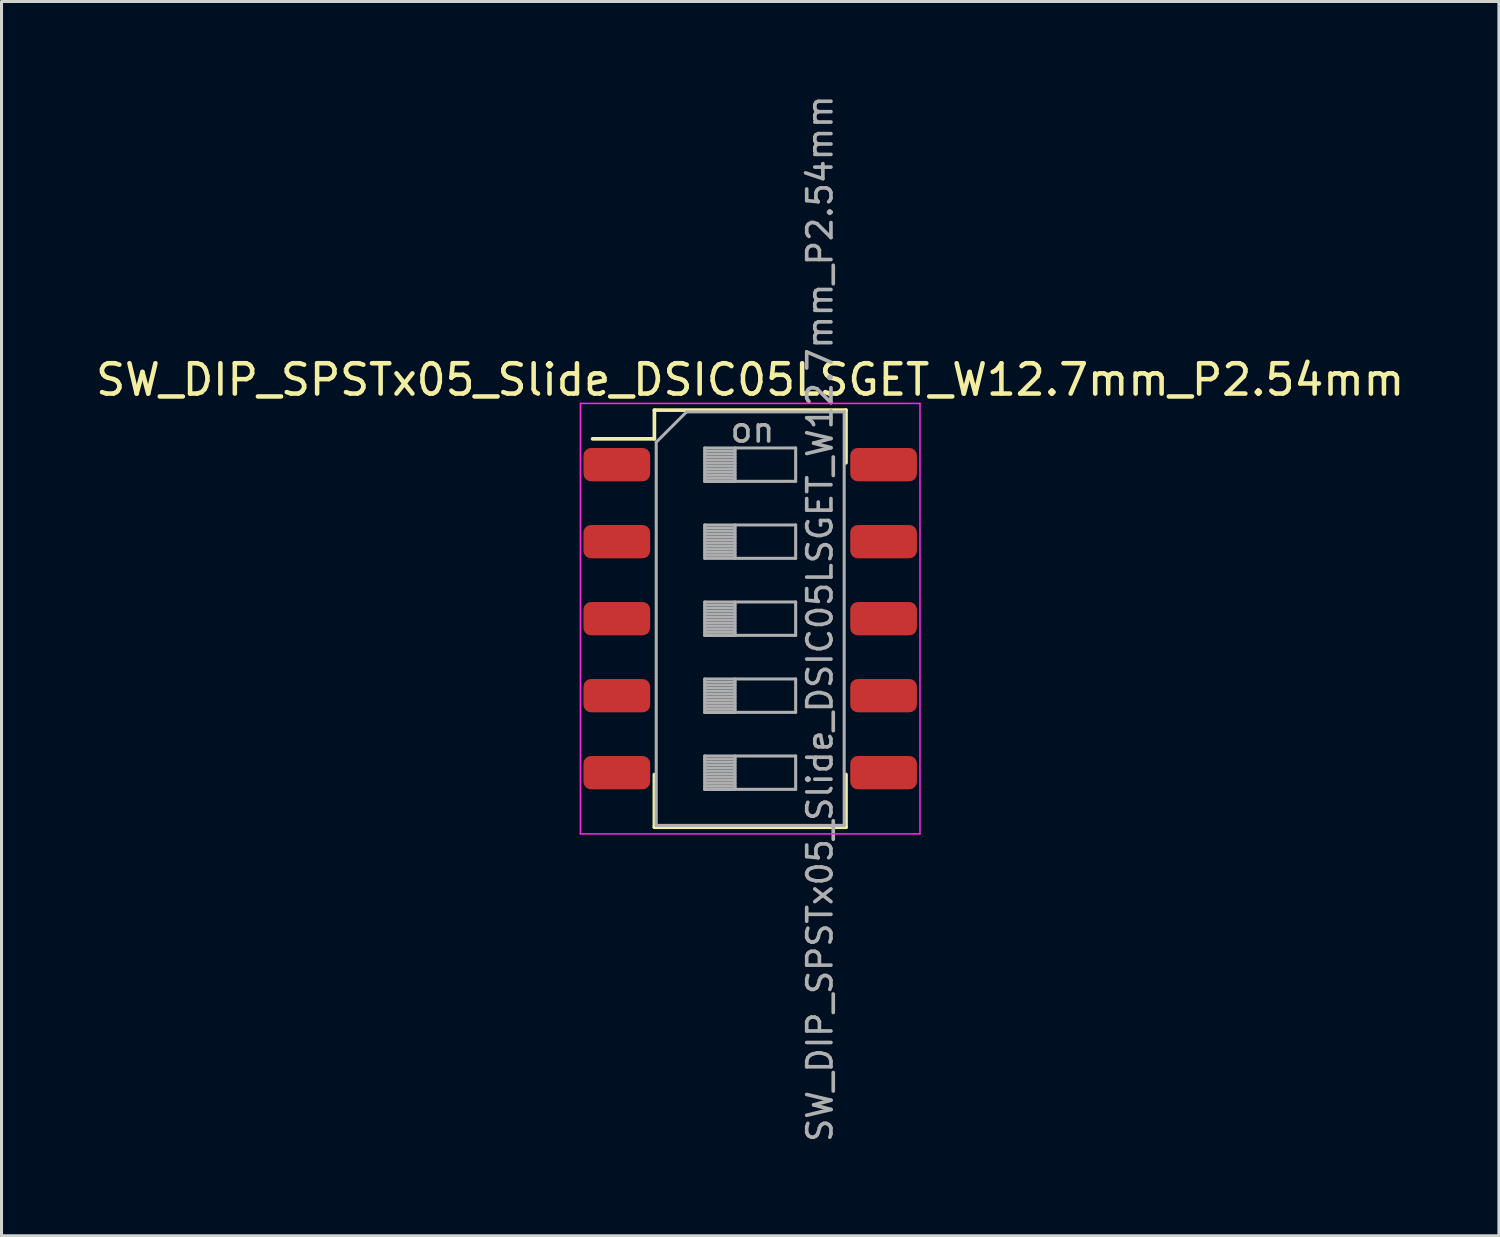
<source format=kicad_pcb>
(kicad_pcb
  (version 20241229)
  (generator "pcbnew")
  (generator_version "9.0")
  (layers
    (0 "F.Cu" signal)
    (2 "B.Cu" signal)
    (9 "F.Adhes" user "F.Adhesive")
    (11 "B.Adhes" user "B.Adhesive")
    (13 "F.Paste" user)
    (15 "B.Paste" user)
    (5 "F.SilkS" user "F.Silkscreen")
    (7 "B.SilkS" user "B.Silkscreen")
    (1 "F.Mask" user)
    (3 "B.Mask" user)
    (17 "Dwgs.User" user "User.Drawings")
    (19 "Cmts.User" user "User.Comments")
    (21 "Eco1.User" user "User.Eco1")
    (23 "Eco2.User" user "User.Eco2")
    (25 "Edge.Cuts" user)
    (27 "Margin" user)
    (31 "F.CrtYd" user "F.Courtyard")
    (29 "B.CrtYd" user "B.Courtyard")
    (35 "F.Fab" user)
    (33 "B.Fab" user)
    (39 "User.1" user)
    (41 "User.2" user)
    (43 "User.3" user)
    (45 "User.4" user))
  (footprint "SW_DIP_SPSTx05_Slide_DSIC05LSGET_W12.7mm_P2.54mm"
    (layer "F.Cu")
    (at 21.696 17.357)
    (property "Reference" "SW_DIP_SPSTx05_Slide_DSIC05LSGET_W12.7mm_P2.54mm" (at 0 -7.88 0) (layer "F.SilkS") (effects (font (size 1 1) (thickness 0.15))))
    (attr smd)
    (fp_line (start -5.2 -5.931) (end -3.16 -5.931) (stroke (width 0.12) (type solid)) (layer "F.SilkS"))
    (fp_line (start -3.16 -6.88) (end -3.16 -5.931) (stroke (width 0.12) (type solid)) (layer "F.SilkS"))
    (fp_line (start -3.16 -6.88) (end 3.16 -6.88) (stroke (width 0.12) (type solid)) (layer "F.SilkS"))
    (fp_line (start -3.16 5.14) (end -3.16 6.88) (stroke (width 0.12) (type solid)) (layer "F.SilkS"))
    (fp_line (start -3.16 6.88) (end 3.16 6.88) (stroke (width 0.12) (type solid)) (layer "F.SilkS"))
    (fp_line (start 3.16 -6.88) (end 3.16 -5.141) (stroke (width 0.12) (type solid)) (layer "F.SilkS"))
    (fp_line (start 3.16 5.14) (end 3.16 6.88) (stroke (width 0.12) (type solid)) (layer "F.SilkS"))
    (fp_line (start -5.6 -7.1) (end -5.6 7.1) (stroke (width 0.05) (type solid)) (layer "F.CrtYd"))
    (fp_line (start -5.6 7.1) (end 5.6 7.1) (stroke (width 0.05) (type solid)) (layer "F.CrtYd"))
    (fp_line (start 5.6 -7.1) (end -5.6 -7.1) (stroke (width 0.05) (type solid)) (layer "F.CrtYd"))
    (fp_line (start 5.6 7.1) (end 5.6 -7.1) (stroke (width 0.05) (type solid)) (layer "F.CrtYd"))
    (fp_line (start -3.1 -5.82) (end -2.1 -6.82) (stroke (width 0.1) (type solid)) (layer "F.Fab"))
    (fp_line (start -3.1 6.82) (end -3.1 -5.82) (stroke (width 0.1) (type solid)) (layer "F.Fab"))
    (fp_line (start -2.1 -6.82) (end 3.1 -6.82) (stroke (width 0.1) (type solid)) (layer "F.Fab"))
    (fp_line (start -1.5 -5.63) (end -1.5 -4.53) (stroke (width 0.1) (type solid)) (layer "F.Fab"))
    (fp_line (start -1.5 -5.53) (end -0.5 -5.53) (stroke (width 0.1) (type solid)) (layer "F.Fab"))
    (fp_line (start -1.5 -5.43) (end -0.5 -5.43) (stroke (width 0.1) (type solid)) (layer "F.Fab"))
    (fp_line (start -1.5 -5.33) (end -0.5 -5.33) (stroke (width 0.1) (type solid)) (layer "F.Fab"))
    (fp_line (start -1.5 -5.23) (end -0.5 -5.23) (stroke (width 0.1) (type solid)) (layer "F.Fab"))
    (fp_line (start -1.5 -5.13) (end -0.5 -5.13) (stroke (width 0.1) (type solid)) (layer "F.Fab"))
    (fp_line (start -1.5 -5.03) (end -0.5 -5.03) (stroke (width 0.1) (type solid)) (layer "F.Fab"))
    (fp_line (start -1.5 -4.93) (end -0.5 -4.93) (stroke (width 0.1) (type solid)) (layer "F.Fab"))
    (fp_line (start -1.5 -4.83) (end -0.5 -4.83) (stroke (width 0.1) (type solid)) (layer "F.Fab"))
    (fp_line (start -1.5 -4.73) (end -0.5 -4.73) (stroke (width 0.1) (type solid)) (layer "F.Fab"))
    (fp_line (start -1.5 -4.63) (end -0.5 -4.63) (stroke (width 0.1) (type solid)) (layer "F.Fab"))
    (fp_line (start -1.5 -4.53) (end -0.5 -4.53) (stroke (width 0.1) (type solid)) (layer "F.Fab"))
    (fp_line (start -1.5 -4.53) (end 1.5 -4.53) (stroke (width 0.1) (type solid)) (layer "F.Fab"))
    (fp_line (start -1.5 -3.09) (end -1.5 -1.99) (stroke (width 0.1) (type solid)) (layer "F.Fab"))
    (fp_line (start -1.5 -2.99) (end -0.5 -2.99) (stroke (width 0.1) (type solid)) (layer "F.Fab"))
    (fp_line (start -1.5 -2.89) (end -0.5 -2.89) (stroke (width 0.1) (type solid)) (layer "F.Fab"))
    (fp_line (start -1.5 -2.79) (end -0.5 -2.79) (stroke (width 0.1) (type solid)) (layer "F.Fab"))
    (fp_line (start -1.5 -2.69) (end -0.5 -2.69) (stroke (width 0.1) (type solid)) (layer "F.Fab"))
    (fp_line (start -1.5 -2.59) (end -0.5 -2.59) (stroke (width 0.1) (type solid)) (layer "F.Fab"))
    (fp_line (start -1.5 -2.49) (end -0.5 -2.49) (stroke (width 0.1) (type solid)) (layer "F.Fab"))
    (fp_line (start -1.5 -2.39) (end -0.5 -2.39) (stroke (width 0.1) (type solid)) (layer "F.Fab"))
    (fp_line (start -1.5 -2.29) (end -0.5 -2.29) (stroke (width 0.1) (type solid)) (layer "F.Fab"))
    (fp_line (start -1.5 -2.19) (end -0.5 -2.19) (stroke (width 0.1) (type solid)) (layer "F.Fab"))
    (fp_line (start -1.5 -2.09) (end -0.5 -2.09) (stroke (width 0.1) (type solid)) (layer "F.Fab"))
    (fp_line (start -1.5 -1.99) (end 1.5 -1.99) (stroke (width 0.1) (type solid)) (layer "F.Fab"))
    (fp_line (start -1.5 -0.55) (end -1.5 0.55) (stroke (width 0.1) (type solid)) (layer "F.Fab"))
    (fp_line (start -1.5 -0.45) (end -0.5 -0.45) (stroke (width 0.1) (type solid)) (layer "F.Fab"))
    (fp_line (start -1.5 -0.35) (end -0.5 -0.35) (stroke (width 0.1) (type solid)) (layer "F.Fab"))
    (fp_line (start -1.5 -0.25) (end -0.5 -0.25) (stroke (width 0.1) (type solid)) (layer "F.Fab"))
    (fp_line (start -1.5 -0.15) (end -0.5 -0.15) (stroke (width 0.1) (type solid)) (layer "F.Fab"))
    (fp_line (start -1.5 -0.05) (end -0.5 -0.05) (stroke (width 0.1) (type solid)) (layer "F.Fab"))
    (fp_line (start -1.5 0.05) (end -0.5 0.05) (stroke (width 0.1) (type solid)) (layer "F.Fab"))
    (fp_line (start -1.5 0.15) (end -0.5 0.15) (stroke (width 0.1) (type solid)) (layer "F.Fab"))
    (fp_line (start -1.5 0.25) (end -0.5 0.25) (stroke (width 0.1) (type solid)) (layer "F.Fab"))
    (fp_line (start -1.5 0.35) (end -0.5 0.35) (stroke (width 0.1) (type solid)) (layer "F.Fab"))
    (fp_line (start -1.5 0.45) (end -0.5 0.45) (stroke (width 0.1) (type solid)) (layer "F.Fab"))
    (fp_line (start -1.5 0.55) (end -0.5 0.55) (stroke (width 0.1) (type solid)) (layer "F.Fab"))
    (fp_line (start -1.5 0.55) (end 1.5 0.55) (stroke (width 0.1) (type solid)) (layer "F.Fab"))
    (fp_line (start -1.5 1.99) (end -1.5 3.09) (stroke (width 0.1) (type solid)) (layer "F.Fab"))
    (fp_line (start -1.5 2.09) (end -0.5 2.09) (stroke (width 0.1) (type solid)) (layer "F.Fab"))
    (fp_line (start -1.5 2.19) (end -0.5 2.19) (stroke (width 0.1) (type solid)) (layer "F.Fab"))
    (fp_line (start -1.5 2.29) (end -0.5 2.29) (stroke (width 0.1) (type solid)) (layer "F.Fab"))
    (fp_line (start -1.5 2.39) (end -0.5 2.39) (stroke (width 0.1) (type solid)) (layer "F.Fab"))
    (fp_line (start -1.5 2.49) (end -0.5 2.49) (stroke (width 0.1) (type solid)) (layer "F.Fab"))
    (fp_line (start -1.5 2.59) (end -0.5 2.59) (stroke (width 0.1) (type solid)) (layer "F.Fab"))
    (fp_line (start -1.5 2.69) (end -0.5 2.69) (stroke (width 0.1) (type solid)) (layer "F.Fab"))
    (fp_line (start -1.5 2.79) (end -0.5 2.79) (stroke (width 0.1) (type solid)) (layer "F.Fab"))
    (fp_line (start -1.5 2.89) (end -0.5 2.89) (stroke (width 0.1) (type solid)) (layer "F.Fab"))
    (fp_line (start -1.5 2.99) (end -0.5 2.99) (stroke (width 0.1) (type solid)) (layer "F.Fab"))
    (fp_line (start -1.5 3.09) (end -0.5 3.09) (stroke (width 0.1) (type solid)) (layer "F.Fab"))
    (fp_line (start -1.5 3.09) (end 1.5 3.09) (stroke (width 0.1) (type solid)) (layer "F.Fab"))
    (fp_line (start -1.5 4.53) (end -1.5 5.63) (stroke (width 0.1) (type solid)) (layer "F.Fab"))
    (fp_line (start -1.5 4.63) (end -0.5 4.63) (stroke (width 0.1) (type solid)) (layer "F.Fab"))
    (fp_line (start -1.5 4.73) (end -0.5 4.73) (stroke (width 0.1) (type solid)) (layer "F.Fab"))
    (fp_line (start -1.5 4.83) (end -0.5 4.83) (stroke (width 0.1) (type solid)) (layer "F.Fab"))
    (fp_line (start -1.5 4.93) (end -0.5 4.93) (stroke (width 0.1) (type solid)) (layer "F.Fab"))
    (fp_line (start -1.5 5.03) (end -0.5 5.03) (stroke (width 0.1) (type solid)) (layer "F.Fab"))
    (fp_line (start -1.5 5.13) (end -0.5 5.13) (stroke (width 0.1) (type solid)) (layer "F.Fab"))
    (fp_line (start -1.5 5.23) (end -0.5 5.23) (stroke (width 0.1) (type solid)) (layer "F.Fab"))
    (fp_line (start -1.5 5.33) (end -0.5 5.33) (stroke (width 0.1) (type solid)) (layer "F.Fab"))
    (fp_line (start -1.5 5.43) (end -0.5 5.43) (stroke (width 0.1) (type solid)) (layer "F.Fab"))
    (fp_line (start -1.5 5.53) (end -0.5 5.53) (stroke (width 0.1) (type solid)) (layer "F.Fab"))
    (fp_line (start -1.5 5.63) (end -0.5 5.63) (stroke (width 0.1) (type solid)) (layer "F.Fab"))
    (fp_line (start -1.5 5.63) (end 1.5 5.63) (stroke (width 0.1) (type solid)) (layer "F.Fab"))
    (fp_line (start -0.5 -5.63) (end -0.5 -4.53) (stroke (width 0.1) (type solid)) (layer "F.Fab"))
    (fp_line (start -0.5 -3.09) (end -0.5 -1.99) (stroke (width 0.1) (type solid)) (layer "F.Fab"))
    (fp_line (start -0.5 -0.55) (end -0.5 0.55) (stroke (width 0.1) (type solid)) (layer "F.Fab"))
    (fp_line (start -0.5 1.99) (end -0.5 3.09) (stroke (width 0.1) (type solid)) (layer "F.Fab"))
    (fp_line (start -0.5 4.53) (end -0.5 5.63) (stroke (width 0.1) (type solid)) (layer "F.Fab"))
    (fp_line (start 1.5 -5.63) (end -1.5 -5.63) (stroke (width 0.1) (type solid)) (layer "F.Fab"))
    (fp_line (start 1.5 -4.53) (end 1.5 -5.63) (stroke (width 0.1) (type solid)) (layer "F.Fab"))
    (fp_line (start 1.5 -3.09) (end -1.5 -3.09) (stroke (width 0.1) (type solid)) (layer "F.Fab"))
    (fp_line (start 1.5 -1.99) (end 1.5 -3.09) (stroke (width 0.1) (type solid)) (layer "F.Fab"))
    (fp_line (start 1.5 -0.55) (end -1.5 -0.55) (stroke (width 0.1) (type solid)) (layer "F.Fab"))
    (fp_line (start 1.5 0.55) (end 1.5 -0.55) (stroke (width 0.1) (type solid)) (layer "F.Fab"))
    (fp_line (start 1.5 1.99) (end -1.5 1.99) (stroke (width 0.1) (type solid)) (layer "F.Fab"))
    (fp_line (start 1.5 3.09) (end 1.5 1.99) (stroke (width 0.1) (type solid)) (layer "F.Fab"))
    (fp_line (start 1.5 4.53) (end -1.5 4.53) (stroke (width 0.1) (type solid)) (layer "F.Fab"))
    (fp_line (start 1.5 5.63) (end 1.5 4.53) (stroke (width 0.1) (type solid)) (layer "F.Fab"))
    (fp_line (start 3.1 -6.82) (end 3.1 6.82) (stroke (width 0.1) (type solid)) (layer "F.Fab"))
    (fp_line (start 3.1 6.82) (end -3.1 6.82) (stroke (width 0.1) (type solid)) (layer "F.Fab"))
    (fp_text user "on" (at 0.075 -6.225 0) (layer "F.Fab") (effects (font (size 0.8 0.8) (thickness 0.12))))
    (fp_text user "${REFERENCE}" (at 2.3 0 90) (layer "F.Fab") (effects (font (size 0.8 0.8) (thickness 0.12))))
    (pad "1" smd roundrect (at -4.4 -5.08) (size 2.2 1.1) (layers "F.Cu" "F.Mask" "F.Paste") (roundrect_rratio 0.227))
    (pad "2" smd roundrect (at -4.4 -2.54) (size 2.2 1.1) (layers "F.Cu" "F.Mask" "F.Paste") (roundrect_rratio 0.227))
    (pad "3" smd roundrect (at -4.4 0) (size 2.2 1.1) (layers "F.Cu" "F.Mask" "F.Paste") (roundrect_rratio 0.227))
    (pad "4" smd roundrect (at -4.4 2.54) (size 2.2 1.1) (layers "F.Cu" "F.Mask" "F.Paste") (roundrect_rratio 0.227))
    (pad "5" smd roundrect (at -4.4 5.08) (size 2.2 1.1) (layers "F.Cu" "F.Mask" "F.Paste") (roundrect_rratio 0.227))
    (pad "6" smd roundrect (at 4.4 5.08) (size 2.2 1.1) (layers "F.Cu" "F.Mask" "F.Paste") (roundrect_rratio 0.227))
    (pad "7" smd roundrect (at 4.4 2.54) (size 2.2 1.1) (layers "F.Cu" "F.Mask" "F.Paste") (roundrect_rratio 0.227))
    (pad "8" smd roundrect (at 4.4 0) (size 2.2 1.1) (layers "F.Cu" "F.Mask" "F.Paste") (roundrect_rratio 0.227))
    (pad "9" smd roundrect (at 4.4 -2.54) (size 2.2 1.1) (layers "F.Cu" "F.Mask" "F.Paste") (roundrect_rratio 0.227))
    (pad "10" smd roundrect (at 4.4 -5.08) (size 2.2 1.1) (layers "F.Cu" "F.Mask" "F.Paste") (roundrect_rratio 0.227)))
  (gr_rect
    (start -3 -3)
    (end 46.393 37.714)
    (stroke (width 0.1) (type default))
    (fill no)
    (layer "Edge.Cuts")))
</source>
